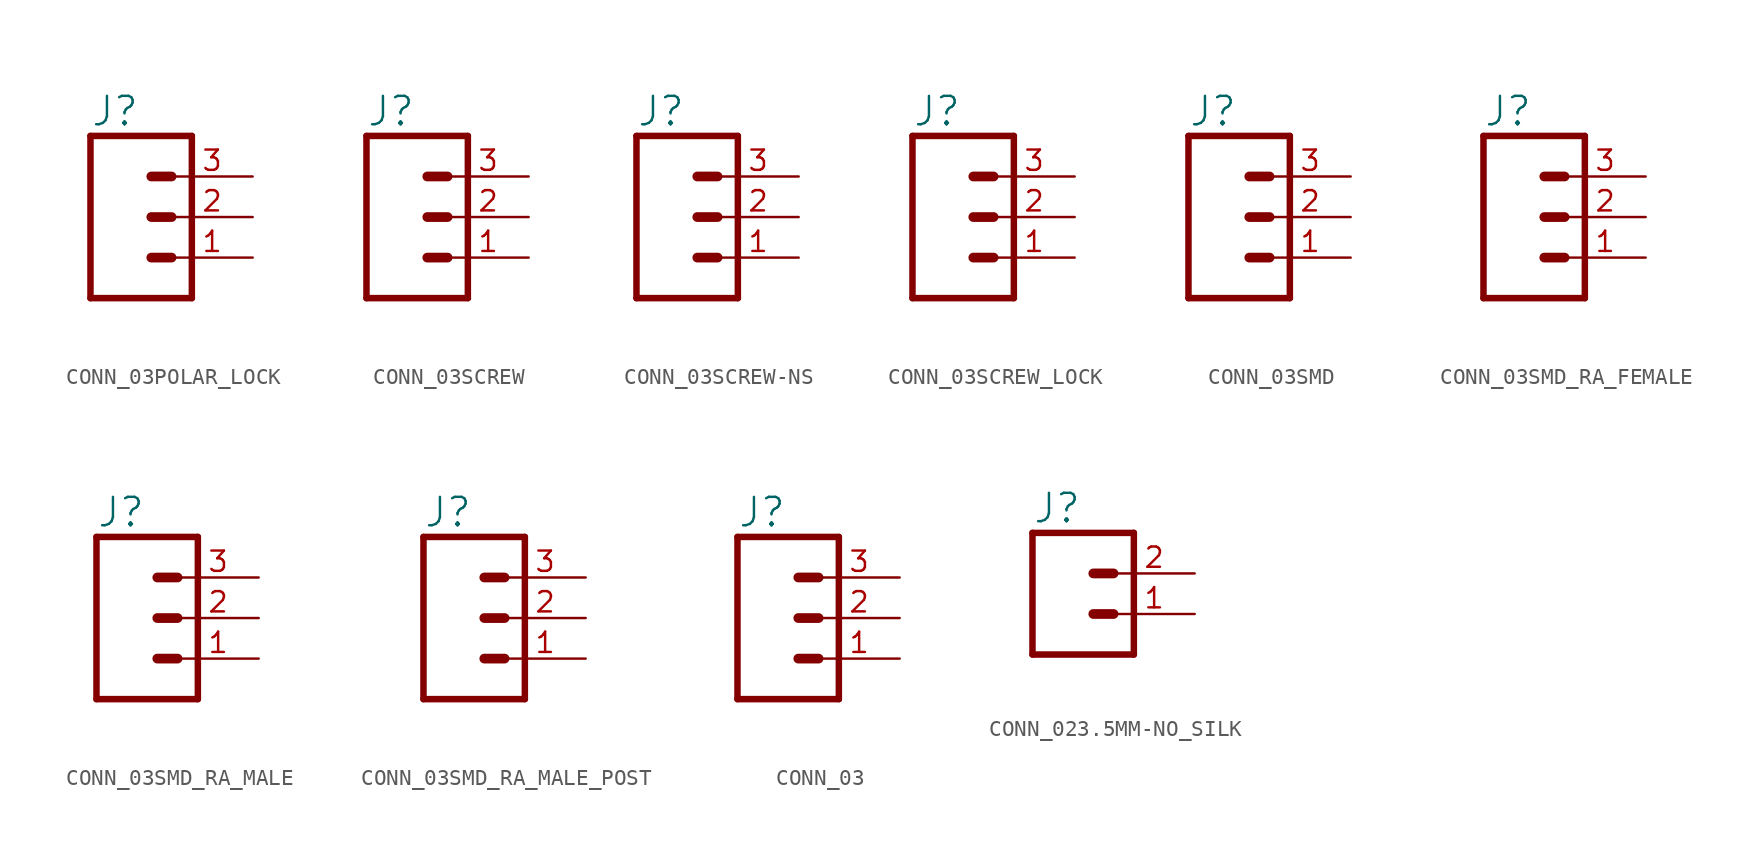
<source format=kicad_sym>
(kicad_symbol_lib
  (version 20220914)
  (generator kicad_symbol_editor)
  (symbol "CONN_03POLAR_LOCK"
    (property "Reference" "J"
      (at -2.54 5.588 0)
      (effects (font (size 1.778 1.778)) (justify left bottom)))
    (property "Value" ""
      (at -2.54 -7.366 0)
      (effects (font (size 1.778 1.778)) (justify left bottom)))
    (property "ki_locked" ""
      (at 0 0 0)
      (effects (font (size 1.27 1.27))))
    (symbol "CONN_03POLAR_LOCK_1_0"
      (polyline (pts (xy -2.54 5.08) (xy -2.54 -5.08)) (stroke (width 0.406) (type solid)) (fill (type none)))
      (polyline (pts (xy -2.54 5.08) (xy 3.81 5.08)) (stroke (width 0.406) (type solid)) (fill (type none)))
      (polyline (pts (xy 1.27 -2.54) (xy 2.54 -2.54)) (stroke (width 0.61) (type solid)) (fill (type none)))
      (polyline (pts (xy 1.27 0) (xy 2.54 0)) (stroke (width 0.61) (type solid)) (fill (type none)))
      (polyline (pts (xy 1.27 2.54) (xy 2.54 2.54)) (stroke (width 0.61) (type solid)) (fill (type none)))
      (polyline (pts (xy 3.81 -5.08) (xy -2.54 -5.08)) (stroke (width 0.406) (type solid)) (fill (type none)))
      (polyline (pts (xy 3.81 -5.08) (xy 3.81 5.08)) (stroke (width 0.406) (type solid)) (fill (type none)))
      (pin passive line (at 7.62 -2.54 180) (length 5.08) (name "1" (effects (font (size 0 0)))) (number "1" (effects (font (size 1.27 1.27)))))
      (pin passive line (at 7.62 0 180) (length 5.08) (name "2" (effects (font (size 0 0)))) (number "2" (effects (font (size 1.27 1.27)))))
      (pin passive line (at 7.62 2.54 180) (length 5.08) (name "3" (effects (font (size 0 0)))) (number "3" (effects (font (size 1.27 1.27)))))))
  (symbol "CONN_03SCREW"
    (property "Reference" "J"
      (at -2.54 5.588 0)
      (effects (font (size 1.778 1.778)) (justify left bottom)))
    (property "Value" ""
      (at -2.54 -7.366 0)
      (effects (font (size 1.778 1.778)) (justify left bottom)))
    (property "ki_locked" ""
      (at 0 0 0)
      (effects (font (size 1.27 1.27))))
    (symbol "CONN_03SCREW_1_0"
      (polyline (pts (xy -2.54 5.08) (xy -2.54 -5.08)) (stroke (width 0.406) (type solid)) (fill (type none)))
      (polyline (pts (xy -2.54 5.08) (xy 3.81 5.08)) (stroke (width 0.406) (type solid)) (fill (type none)))
      (polyline (pts (xy 1.27 -2.54) (xy 2.54 -2.54)) (stroke (width 0.61) (type solid)) (fill (type none)))
      (polyline (pts (xy 1.27 0) (xy 2.54 0)) (stroke (width 0.61) (type solid)) (fill (type none)))
      (polyline (pts (xy 1.27 2.54) (xy 2.54 2.54)) (stroke (width 0.61) (type solid)) (fill (type none)))
      (polyline (pts (xy 3.81 -5.08) (xy -2.54 -5.08)) (stroke (width 0.406) (type solid)) (fill (type none)))
      (polyline (pts (xy 3.81 -5.08) (xy 3.81 5.08)) (stroke (width 0.406) (type solid)) (fill (type none)))
      (pin passive line (at 7.62 -2.54 180) (length 5.08) (name "1" (effects (font (size 0 0)))) (number "1" (effects (font (size 1.27 1.27)))))
      (pin passive line (at 7.62 0 180) (length 5.08) (name "2" (effects (font (size 0 0)))) (number "2" (effects (font (size 1.27 1.27)))))
      (pin passive line (at 7.62 2.54 180) (length 5.08) (name "3" (effects (font (size 0 0)))) (number "3" (effects (font (size 1.27 1.27)))))))
  (symbol "CONN_03SCREW-NS"
    (property "Reference" "J"
      (at -2.54 5.588 0)
      (effects (font (size 1.778 1.778)) (justify left bottom)))
    (property "Value" ""
      (at -2.54 -7.366 0)
      (effects (font (size 1.778 1.778)) (justify left bottom)))
    (property "ki_locked" ""
      (at 0 0 0)
      (effects (font (size 1.27 1.27))))
    (symbol "CONN_03SCREW-NS_1_0"
      (polyline (pts (xy -2.54 5.08) (xy -2.54 -5.08)) (stroke (width 0.406) (type solid)) (fill (type none)))
      (polyline (pts (xy -2.54 5.08) (xy 3.81 5.08)) (stroke (width 0.406) (type solid)) (fill (type none)))
      (polyline (pts (xy 1.27 -2.54) (xy 2.54 -2.54)) (stroke (width 0.61) (type solid)) (fill (type none)))
      (polyline (pts (xy 1.27 0) (xy 2.54 0)) (stroke (width 0.61) (type solid)) (fill (type none)))
      (polyline (pts (xy 1.27 2.54) (xy 2.54 2.54)) (stroke (width 0.61) (type solid)) (fill (type none)))
      (polyline (pts (xy 3.81 -5.08) (xy -2.54 -5.08)) (stroke (width 0.406) (type solid)) (fill (type none)))
      (polyline (pts (xy 3.81 -5.08) (xy 3.81 5.08)) (stroke (width 0.406) (type solid)) (fill (type none)))
      (pin passive line (at 7.62 -2.54 180) (length 5.08) (name "1" (effects (font (size 0 0)))) (number "1" (effects (font (size 1.27 1.27)))))
      (pin passive line (at 7.62 0 180) (length 5.08) (name "2" (effects (font (size 0 0)))) (number "2" (effects (font (size 1.27 1.27)))))
      (pin passive line (at 7.62 2.54 180) (length 5.08) (name "3" (effects (font (size 0 0)))) (number "3" (effects (font (size 1.27 1.27)))))))
  (symbol "CONN_03SCREW_LOCK"
    (property "Reference" "J"
      (at -2.54 5.588 0)
      (effects (font (size 1.778 1.778)) (justify left bottom)))
    (property "Value" ""
      (at -2.54 -7.366 0)
      (effects (font (size 1.778 1.778)) (justify left bottom)))
    (property "ki_locked" ""
      (at 0 0 0)
      (effects (font (size 1.27 1.27))))
    (symbol "CONN_03SCREW_LOCK_1_0"
      (polyline (pts (xy -2.54 5.08) (xy -2.54 -5.08)) (stroke (width 0.406) (type solid)) (fill (type none)))
      (polyline (pts (xy -2.54 5.08) (xy 3.81 5.08)) (stroke (width 0.406) (type solid)) (fill (type none)))
      (polyline (pts (xy 1.27 -2.54) (xy 2.54 -2.54)) (stroke (width 0.61) (type solid)) (fill (type none)))
      (polyline (pts (xy 1.27 0) (xy 2.54 0)) (stroke (width 0.61) (type solid)) (fill (type none)))
      (polyline (pts (xy 1.27 2.54) (xy 2.54 2.54)) (stroke (width 0.61) (type solid)) (fill (type none)))
      (polyline (pts (xy 3.81 -5.08) (xy -2.54 -5.08)) (stroke (width 0.406) (type solid)) (fill (type none)))
      (polyline (pts (xy 3.81 -5.08) (xy 3.81 5.08)) (stroke (width 0.406) (type solid)) (fill (type none)))
      (pin passive line (at 7.62 -2.54 180) (length 5.08) (name "1" (effects (font (size 0 0)))) (number "1" (effects (font (size 1.27 1.27)))))
      (pin passive line (at 7.62 0 180) (length 5.08) (name "2" (effects (font (size 0 0)))) (number "2" (effects (font (size 1.27 1.27)))))
      (pin passive line (at 7.62 2.54 180) (length 5.08) (name "3" (effects (font (size 0 0)))) (number "3" (effects (font (size 1.27 1.27)))))))
  (symbol "CONN_03SMD"
    (property "Reference" "J"
      (at -2.54 5.588 0)
      (effects (font (size 1.778 1.778)) (justify left bottom)))
    (property "Value" ""
      (at -2.54 -7.366 0)
      (effects (font (size 1.778 1.778)) (justify left bottom)))
    (property "ki_locked" ""
      (at 0 0 0)
      (effects (font (size 1.27 1.27))))
    (symbol "CONN_03SMD_1_0"
      (polyline (pts (xy -2.54 5.08) (xy -2.54 -5.08)) (stroke (width 0.406) (type solid)) (fill (type none)))
      (polyline (pts (xy -2.54 5.08) (xy 3.81 5.08)) (stroke (width 0.406) (type solid)) (fill (type none)))
      (polyline (pts (xy 1.27 -2.54) (xy 2.54 -2.54)) (stroke (width 0.61) (type solid)) (fill (type none)))
      (polyline (pts (xy 1.27 0) (xy 2.54 0)) (stroke (width 0.61) (type solid)) (fill (type none)))
      (polyline (pts (xy 1.27 2.54) (xy 2.54 2.54)) (stroke (width 0.61) (type solid)) (fill (type none)))
      (polyline (pts (xy 3.81 -5.08) (xy -2.54 -5.08)) (stroke (width 0.406) (type solid)) (fill (type none)))
      (polyline (pts (xy 3.81 -5.08) (xy 3.81 5.08)) (stroke (width 0.406) (type solid)) (fill (type none)))
      (pin passive line (at 7.62 -2.54 180) (length 5.08) (name "1" (effects (font (size 0 0)))) (number "1" (effects (font (size 1.27 1.27)))))
      (pin passive line (at 7.62 0 180) (length 5.08) (name "2" (effects (font (size 0 0)))) (number "2" (effects (font (size 1.27 1.27)))))
      (pin passive line (at 7.62 2.54 180) (length 5.08) (name "3" (effects (font (size 0 0)))) (number "3" (effects (font (size 1.27 1.27)))))))
  (symbol "CONN_03SMD_RA_FEMALE"
    (property "Reference" "J"
      (at -2.54 5.588 0)
      (effects (font (size 1.778 1.778)) (justify left bottom)))
    (property "Value" ""
      (at -2.54 -7.366 0)
      (effects (font (size 1.778 1.778)) (justify left bottom)))
    (property "ki_locked" ""
      (at 0 0 0)
      (effects (font (size 1.27 1.27))))
    (symbol "CONN_03SMD_RA_FEMALE_1_0"
      (polyline (pts (xy -2.54 5.08) (xy -2.54 -5.08)) (stroke (width 0.406) (type solid)) (fill (type none)))
      (polyline (pts (xy -2.54 5.08) (xy 3.81 5.08)) (stroke (width 0.406) (type solid)) (fill (type none)))
      (polyline (pts (xy 1.27 -2.54) (xy 2.54 -2.54)) (stroke (width 0.61) (type solid)) (fill (type none)))
      (polyline (pts (xy 1.27 0) (xy 2.54 0)) (stroke (width 0.61) (type solid)) (fill (type none)))
      (polyline (pts (xy 1.27 2.54) (xy 2.54 2.54)) (stroke (width 0.61) (type solid)) (fill (type none)))
      (polyline (pts (xy 3.81 -5.08) (xy -2.54 -5.08)) (stroke (width 0.406) (type solid)) (fill (type none)))
      (polyline (pts (xy 3.81 -5.08) (xy 3.81 5.08)) (stroke (width 0.406) (type solid)) (fill (type none)))
      (pin passive line (at 7.62 -2.54 180) (length 5.08) (name "1" (effects (font (size 0 0)))) (number "1" (effects (font (size 1.27 1.27)))))
      (pin passive line (at 7.62 0 180) (length 5.08) (name "2" (effects (font (size 0 0)))) (number "2" (effects (font (size 1.27 1.27)))))
      (pin passive line (at 7.62 2.54 180) (length 5.08) (name "3" (effects (font (size 0 0)))) (number "3" (effects (font (size 1.27 1.27)))))))
  (symbol "CONN_03SMD_RA_MALE"
    (property "Reference" "J"
      (at -2.54 5.588 0)
      (effects (font (size 1.778 1.778)) (justify left bottom)))
    (property "Value" ""
      (at -2.54 -7.366 0)
      (effects (font (size 1.778 1.778)) (justify left bottom)))
    (property "ki_locked" ""
      (at 0 0 0)
      (effects (font (size 1.27 1.27))))
    (symbol "CONN_03SMD_RA_MALE_1_0"
      (polyline (pts (xy -2.54 5.08) (xy -2.54 -5.08)) (stroke (width 0.406) (type solid)) (fill (type none)))
      (polyline (pts (xy -2.54 5.08) (xy 3.81 5.08)) (stroke (width 0.406) (type solid)) (fill (type none)))
      (polyline (pts (xy 1.27 -2.54) (xy 2.54 -2.54)) (stroke (width 0.61) (type solid)) (fill (type none)))
      (polyline (pts (xy 1.27 0) (xy 2.54 0)) (stroke (width 0.61) (type solid)) (fill (type none)))
      (polyline (pts (xy 1.27 2.54) (xy 2.54 2.54)) (stroke (width 0.61) (type solid)) (fill (type none)))
      (polyline (pts (xy 3.81 -5.08) (xy -2.54 -5.08)) (stroke (width 0.406) (type solid)) (fill (type none)))
      (polyline (pts (xy 3.81 -5.08) (xy 3.81 5.08)) (stroke (width 0.406) (type solid)) (fill (type none)))
      (pin passive line (at 7.62 -2.54 180) (length 5.08) (name "1" (effects (font (size 0 0)))) (number "1" (effects (font (size 1.27 1.27)))))
      (pin passive line (at 7.62 0 180) (length 5.08) (name "2" (effects (font (size 0 0)))) (number "2" (effects (font (size 1.27 1.27)))))
      (pin passive line (at 7.62 2.54 180) (length 5.08) (name "3" (effects (font (size 0 0)))) (number "3" (effects (font (size 1.27 1.27)))))))
  (symbol "CONN_03SMD_RA_MALE_POST"
    (property "Reference" "J"
      (at -2.54 5.588 0)
      (effects (font (size 1.778 1.778)) (justify left bottom)))
    (property "Value" ""
      (at -2.54 -7.366 0)
      (effects (font (size 1.778 1.778)) (justify left bottom)))
    (property "ki_locked" ""
      (at 0 0 0)
      (effects (font (size 1.27 1.27))))
    (symbol "CONN_03SMD_RA_MALE_POST_1_0"
      (polyline (pts (xy -2.54 5.08) (xy -2.54 -5.08)) (stroke (width 0.406) (type solid)) (fill (type none)))
      (polyline (pts (xy -2.54 5.08) (xy 3.81 5.08)) (stroke (width 0.406) (type solid)) (fill (type none)))
      (polyline (pts (xy 1.27 -2.54) (xy 2.54 -2.54)) (stroke (width 0.61) (type solid)) (fill (type none)))
      (polyline (pts (xy 1.27 0) (xy 2.54 0)) (stroke (width 0.61) (type solid)) (fill (type none)))
      (polyline (pts (xy 1.27 2.54) (xy 2.54 2.54)) (stroke (width 0.61) (type solid)) (fill (type none)))
      (polyline (pts (xy 3.81 -5.08) (xy -2.54 -5.08)) (stroke (width 0.406) (type solid)) (fill (type none)))
      (polyline (pts (xy 3.81 -5.08) (xy 3.81 5.08)) (stroke (width 0.406) (type solid)) (fill (type none)))
      (pin passive line (at 7.62 -2.54 180) (length 5.08) (name "1" (effects (font (size 0 0)))) (number "1" (effects (font (size 1.27 1.27)))))
      (pin passive line (at 7.62 0 180) (length 5.08) (name "2" (effects (font (size 0 0)))) (number "2" (effects (font (size 1.27 1.27)))))
      (pin passive line (at 7.62 2.54 180) (length 5.08) (name "3" (effects (font (size 0 0)))) (number "3" (effects (font (size 1.27 1.27)))))))
  (symbol "CONN_03"
    (property "Reference" "J"
      (at -2.54 5.588 0)
      (effects (font (size 1.778 1.778)) (justify left bottom)))
    (property "Value" ""
      (at -2.54 -7.366 0)
      (effects (font (size 1.778 1.778)) (justify left bottom)))
    (property "ki_locked" ""
      (at 0 0 0)
      (effects (font (size 1.27 1.27))))
    (symbol "CONN_03_1_0"
      (polyline (pts (xy -2.54 5.08) (xy -2.54 -5.08)) (stroke (width 0.406) (type solid)) (fill (type none)))
      (polyline (pts (xy -2.54 5.08) (xy 3.81 5.08)) (stroke (width 0.406) (type solid)) (fill (type none)))
      (polyline (pts (xy 1.27 -2.54) (xy 2.54 -2.54)) (stroke (width 0.61) (type solid)) (fill (type none)))
      (polyline (pts (xy 1.27 0) (xy 2.54 0)) (stroke (width 0.61) (type solid)) (fill (type none)))
      (polyline (pts (xy 1.27 2.54) (xy 2.54 2.54)) (stroke (width 0.61) (type solid)) (fill (type none)))
      (polyline (pts (xy 3.81 -5.08) (xy -2.54 -5.08)) (stroke (width 0.406) (type solid)) (fill (type none)))
      (polyline (pts (xy 3.81 -5.08) (xy 3.81 5.08)) (stroke (width 0.406) (type solid)) (fill (type none)))
      (pin passive line (at 7.62 -2.54 180) (length 5.08) (name "1" (effects (font (size 0 0)))) (number "1" (effects (font (size 1.27 1.27)))))
      (pin passive line (at 7.62 0 180) (length 5.08) (name "2" (effects (font (size 0 0)))) (number "2" (effects (font (size 1.27 1.27)))))
      (pin passive line (at 7.62 2.54 180) (length 5.08) (name "3" (effects (font (size 0 0)))) (number "3" (effects (font (size 1.27 1.27)))))))
  (symbol "CONN_023.5MM-NO_SILK"
    (property "Reference" "J"
      (at -2.54 5.588 0)
      (effects (font (size 1.778 1.778)) (justify left bottom)))
    (property "Value" ""
      (at -2.54 -4.826 0)
      (effects (font (size 1.778 1.778)) (justify left bottom)))
    (property "ki_locked" ""
      (at 0 0 0)
      (effects (font (size 1.27 1.27))))
    (symbol "CONN_023.5MM-NO_SILK_1_0"
      (polyline (pts (xy -2.54 5.08) (xy -2.54 -2.54)) (stroke (width 0.406) (type solid)) (fill (type none)))
      (polyline (pts (xy -2.54 5.08) (xy 3.81 5.08)) (stroke (width 0.406) (type solid)) (fill (type none)))
      (polyline (pts (xy 1.27 0) (xy 2.54 0)) (stroke (width 0.61) (type solid)) (fill (type none)))
      (polyline (pts (xy 1.27 2.54) (xy 2.54 2.54)) (stroke (width 0.61) (type solid)) (fill (type none)))
      (polyline (pts (xy 3.81 -2.54) (xy -2.54 -2.54)) (stroke (width 0.406) (type solid)) (fill (type none)))
      (polyline (pts (xy 3.81 -2.54) (xy 3.81 5.08)) (stroke (width 0.406) (type solid)) (fill (type none)))
      (pin passive line (at 7.62 0 180) (length 5.08) (name "1" (effects (font (size 0 0)))) (number "1" (effects (font (size 1.27 1.27)))))
      (pin passive line (at 7.62 2.54 180) (length 5.08) (name "2" (effects (font (size 0 0)))) (number "2" (effects (font (size 1.27 1.27))))))))
</source>
